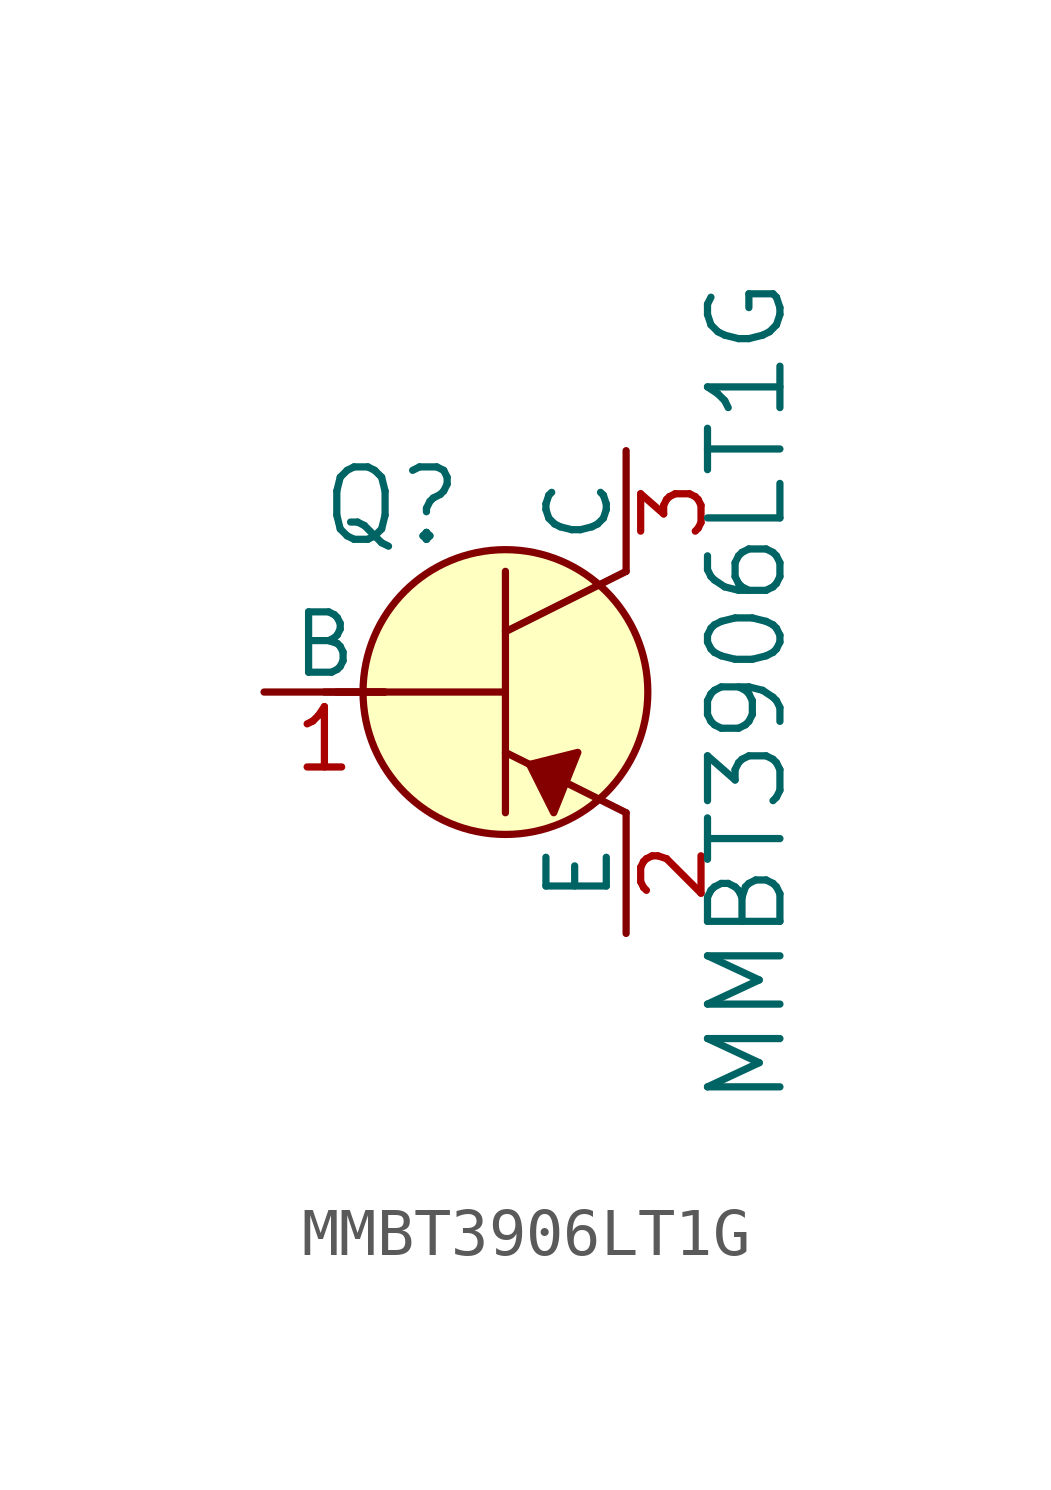
<source format=kicad_sym>
(kicad_symbol_lib
  (version 20220914)
  (generator kicad_symbol_editor)
  (symbol "MMBT3906LT1G"
    (pin_names
      (offset 0))
    (property "Reference" "Q"
      (at -2.388 3.912 0)
      (effects (font (size 1.524 1.524))))
    (property "Value" "MMBT3906LT1G"
      (at 5.08 0 90)
      (effects (font (size 1.524 1.524))))
    (symbol "MMBT3906LT1G_0_1"
      (polyline (pts (xy -3.81 0) (xy -2.54 0)) (stroke (width 0) (type default)) (fill (type none)))
      (polyline (pts (xy -3.556 0) (xy 0 0)) (stroke (width 0) (type default)) (fill (type none)))
      (polyline (pts (xy 0 -2.54) (xy 0 2.54)) (stroke (width 0) (type default)) (fill (type none)))
      (polyline (pts (xy 0 -1.27) (xy 2.54 -2.54)) (stroke (width 0) (type default)) (fill (type none)))
      (polyline (pts (xy 0 1.27) (xy 2.54 2.54)) (stroke (width 0) (type default)) (fill (type none)))
      (polyline (pts (xy 1.016 -2.54) (xy 0.508 -1.524) (xy 1.524 -1.27) (xy 1.016 -2.54)) (stroke (width 0) (type default)) (fill (type outline)))
      (circle (center 0 0) (radius 2.997) (stroke (width 0) (type default)) (fill (type background))))
    (symbol "MMBT3906LT1G_1_1"
      (pin input line (at -5.08 0 0) (length 2.54) (name "B" (effects (font (size 1.27 1.27)))) (number "1" (effects (font (size 1.27 1.27)))))
      (pin passive line (at 2.54 -5.08 90) (length 2.54) (name "E" (effects (font (size 1.27 1.27)))) (number "2" (effects (font (size 1.27 1.27)))))
      (pin passive line (at 2.54 5.08 270) (length 2.54) (name "C" (effects (font (size 1.27 1.27)))) (number "3" (effects (font (size 1.27 1.27))))))))
</source>
